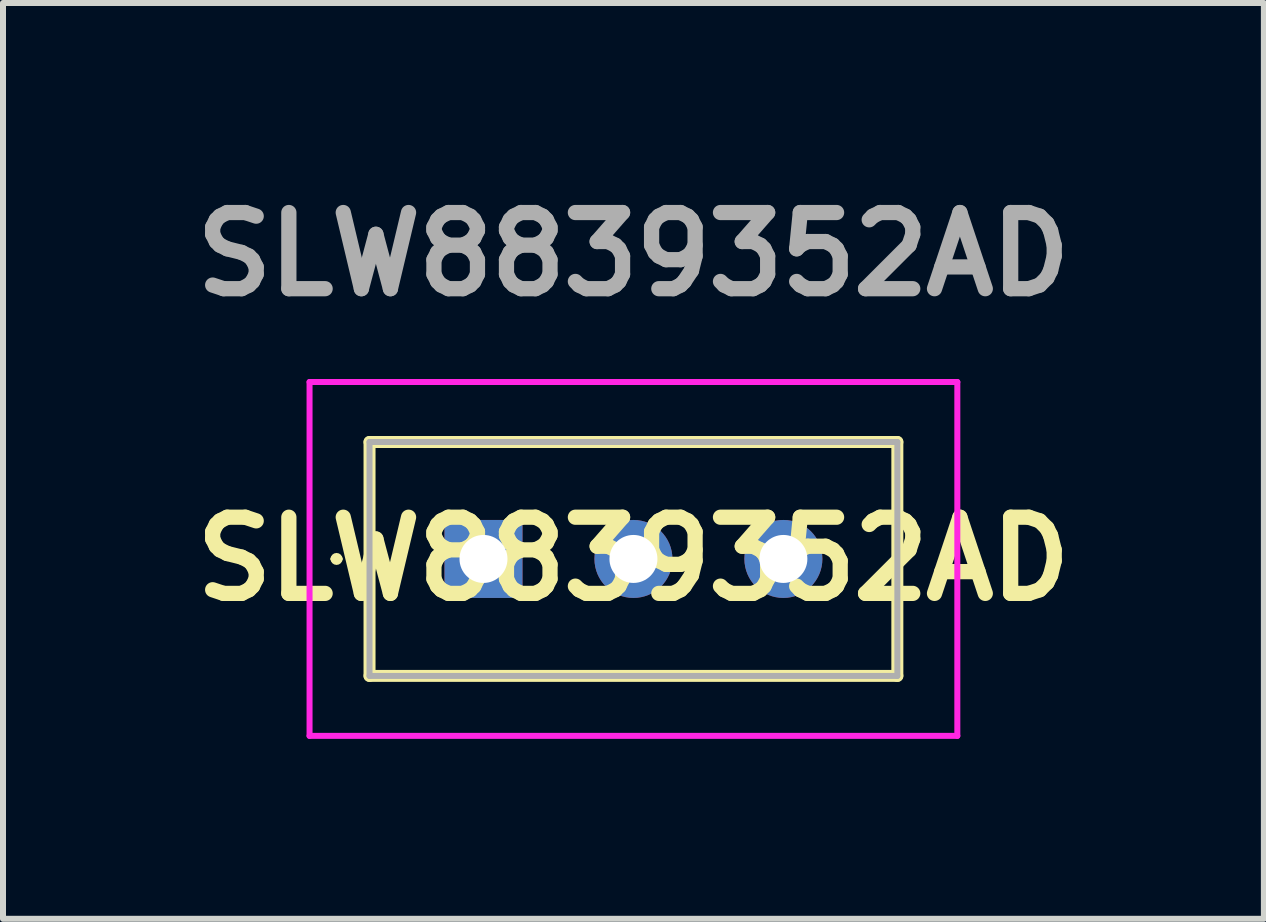
<source format=kicad_pcb>
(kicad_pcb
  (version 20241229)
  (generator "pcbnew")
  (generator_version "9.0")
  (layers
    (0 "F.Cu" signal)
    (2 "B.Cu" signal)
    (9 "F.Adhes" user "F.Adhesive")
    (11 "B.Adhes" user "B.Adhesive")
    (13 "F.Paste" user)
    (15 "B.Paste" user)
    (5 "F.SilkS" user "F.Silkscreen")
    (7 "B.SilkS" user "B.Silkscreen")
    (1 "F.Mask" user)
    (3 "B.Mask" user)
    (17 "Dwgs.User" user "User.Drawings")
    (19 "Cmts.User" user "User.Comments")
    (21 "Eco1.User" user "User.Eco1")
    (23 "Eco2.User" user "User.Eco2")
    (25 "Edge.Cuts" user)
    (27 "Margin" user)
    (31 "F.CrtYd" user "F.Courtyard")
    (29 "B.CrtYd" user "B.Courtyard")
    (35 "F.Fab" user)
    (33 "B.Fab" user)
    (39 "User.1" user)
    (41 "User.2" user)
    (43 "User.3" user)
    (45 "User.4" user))
  (footprint "SLW8839352AD"
    (layer "F.Cu")
    (at 5.011 6.269)
    (property "Reference" "SLW8839352AD" (at 2.5 0 0) (layer "F.SilkS") (effects (font (size 1.27 1.27) (thickness 0.254))))
    (attr through_hole)
    (fp_line (start -2.5 0) (end -2.5 0) (stroke (width 0.1) (type solid)) (layer "F.SilkS"))
    (fp_line (start -2.4 0) (end -2.4 0) (stroke (width 0.1) (type solid)) (layer "F.SilkS"))
    (fp_line (start -1.9 -1.95) (end 6.9 -1.95) (stroke (width 0.2) (type solid)) (layer "F.SilkS"))
    (fp_line (start -1.9 1.95) (end -1.9 -1.95) (stroke (width 0.2) (type solid)) (layer "F.SilkS"))
    (fp_line (start 6.9 -1.95) (end 6.9 1.95) (stroke (width 0.2) (type solid)) (layer "F.SilkS"))
    (fp_line (start 6.9 1.95) (end -1.9 1.95) (stroke (width 0.2) (type solid)) (layer "F.SilkS"))
    (fp_arc (start -2.5 0) (mid -2.45 -0.05) (end -2.4 0) (stroke (width 0.1) (type solid)) (layer "F.SilkS"))
    (fp_arc (start -2.4 0) (mid -2.45 0.05) (end -2.5 0) (stroke (width 0.1) (type solid)) (layer "F.SilkS"))
    (fp_line (start -2.9 -2.95) (end 7.9 -2.95) (stroke (width 0.1) (type solid)) (layer "F.CrtYd"))
    (fp_line (start -2.9 2.95) (end -2.9 -2.95) (stroke (width 0.1) (type solid)) (layer "F.CrtYd"))
    (fp_line (start 7.9 -2.95) (end 7.9 2.95) (stroke (width 0.1) (type solid)) (layer "F.CrtYd"))
    (fp_line (start 7.9 2.95) (end -2.9 2.95) (stroke (width 0.1) (type solid)) (layer "F.CrtYd"))
    (fp_line (start -1.9 -1.95) (end 6.9 -1.95) (stroke (width 0.1) (type solid)) (layer "F.Fab"))
    (fp_line (start -1.9 1.95) (end -1.9 -1.95) (stroke (width 0.1) (type solid)) (layer "F.Fab"))
    (fp_line (start 6.9 -1.95) (end 6.9 1.95) (stroke (width 0.1) (type solid)) (layer "F.Fab"))
    (fp_line (start 6.9 1.95) (end -1.9 1.95) (stroke (width 0.1) (type solid)) (layer "F.Fab"))
    (fp_text user "${REFERENCE}" (at 2.5 -5.08 0) (layer "F.Fab") (effects (font (size 1.27 1.27) (thickness 0.254))))
    (pad "1" thru_hole rect (at 0 0) (size 1.3 1.3) (drill 0.8) (layers "*.Cu" "*.Mask"))
    (pad "2" thru_hole circle (at 2.5 0) (size 1.3 1.3) (drill 0.8) (layers "*.Cu" "*.Mask"))
    (pad "3" thru_hole circle (at 5 0) (size 1.3 1.3) (drill 0.8) (layers "*.Cu" "*.Mask")))
  (gr_rect
    (start -3 -3)
    (end 18.022 12.269)
    (stroke (width 0.1) (type default))
    (fill no)
    (layer "Edge.Cuts")))
</source>
